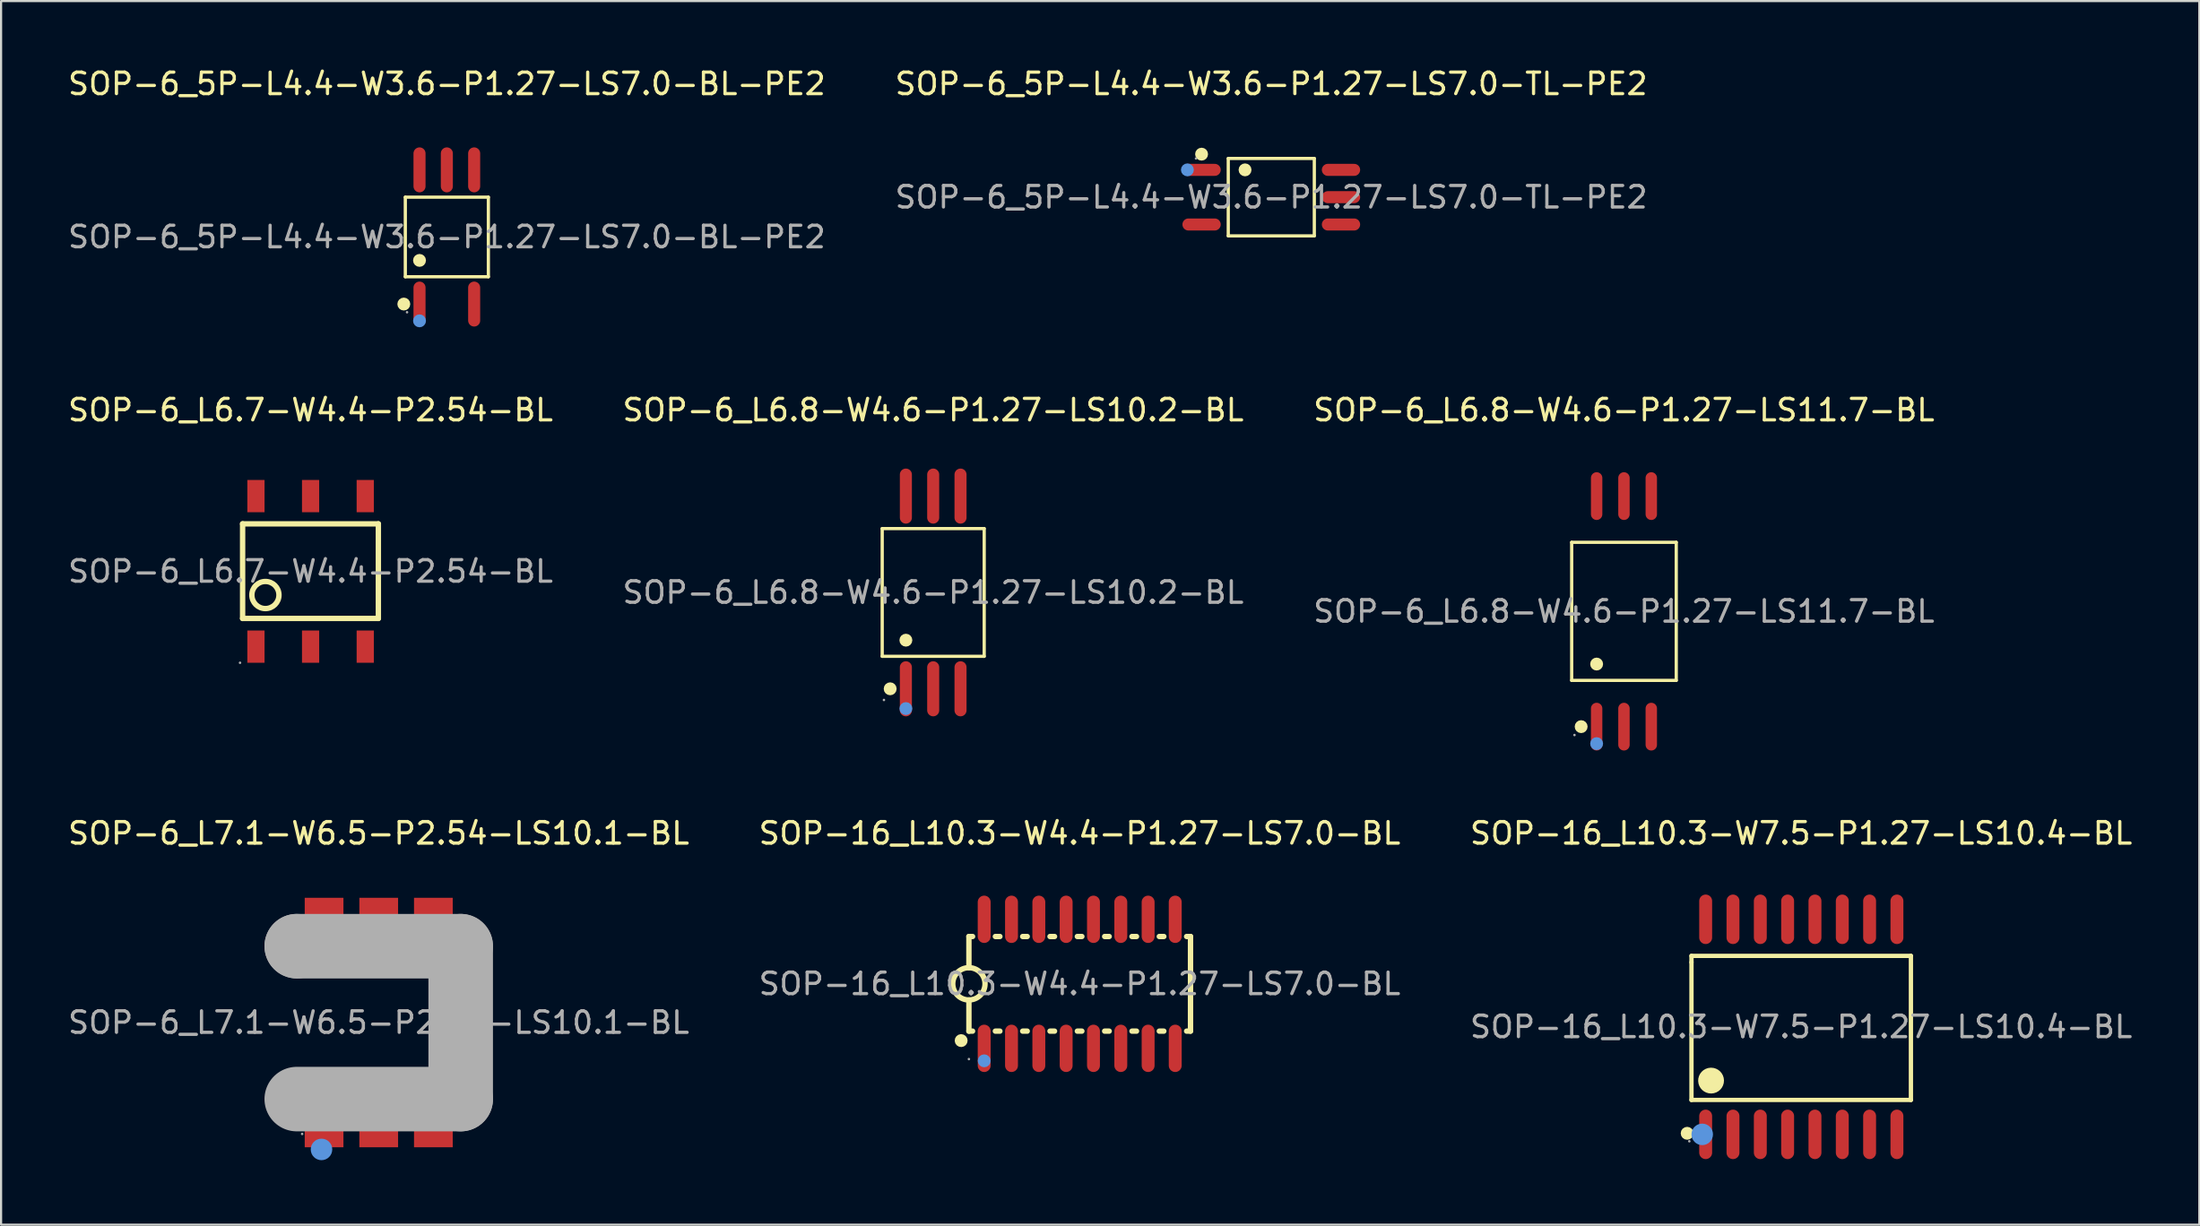
<source format=kicad_pcb>
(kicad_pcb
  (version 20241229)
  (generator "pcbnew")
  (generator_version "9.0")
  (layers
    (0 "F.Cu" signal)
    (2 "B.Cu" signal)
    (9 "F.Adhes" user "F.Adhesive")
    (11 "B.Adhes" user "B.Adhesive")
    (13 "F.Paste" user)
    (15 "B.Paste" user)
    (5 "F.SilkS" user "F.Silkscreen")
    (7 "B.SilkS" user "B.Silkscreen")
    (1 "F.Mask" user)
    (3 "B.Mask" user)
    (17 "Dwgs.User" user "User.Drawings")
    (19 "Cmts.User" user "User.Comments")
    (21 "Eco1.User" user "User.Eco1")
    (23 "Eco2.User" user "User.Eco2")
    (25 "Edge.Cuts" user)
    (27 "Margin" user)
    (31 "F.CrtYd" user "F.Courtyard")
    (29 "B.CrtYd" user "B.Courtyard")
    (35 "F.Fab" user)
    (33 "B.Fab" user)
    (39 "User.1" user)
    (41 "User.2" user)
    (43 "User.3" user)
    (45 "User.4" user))
  (footprint "SOP-6_L6.8-W4.6-P1.27-LS10.2-BL"
    (layer "F.Cu")
    (at 40.327 24.497)
    (property "Reference" "SOP-6_L6.8-W4.6-P1.27-LS10.2-BL" (at 0 -8.48 0) (layer "F.SilkS") (effects (font (size 1 1) (thickness 0.15))))
    (attr through_hole)
    (fp_line (start -2.37 -2.97) (end 2.37 -2.97) (stroke (width 0.15) (type solid)) (layer "F.SilkS"))
    (fp_line (start -2.37 2.97) (end -2.37 -2.97) (stroke (width 0.15) (type solid)) (layer "F.SilkS"))
    (fp_line (start 2.37 -2.97) (end 2.37 2.97) (stroke (width 0.15) (type solid)) (layer "F.SilkS"))
    (fp_line (start 2.37 2.97) (end -2.37 2.97) (stroke (width 0.15) (type solid)) (layer "F.SilkS"))
    (fp_circle (center -2 4.48) (end -1.85 4.48) (stroke (width 0.3) (type solid)) (fill no) (layer "F.SilkS"))
    (fp_circle (center -1.27 2.22) (end -1.12 2.22) (stroke (width 0.3) (type solid)) (fill no) (layer "F.SilkS"))
    (fp_circle (center -1.27 5.4) (end -1.12 5.4) (stroke (width 0.3) (type solid)) (fill no) (layer "Cmts.User"))
    (fp_circle (center -2.29 5) (end -2.26 5) (stroke (width 0.06) (type solid)) (fill no) (layer "F.Fab"))
    (fp_text user "${REFERENCE}" (at 0 0 0) (layer "F.Fab") (effects (font (size 1 1) (thickness 0.15))))
    (pad "1" smd oval (at -1.27 4.48) (size 0.56 2.56) (layers "F.Cu" "F.Mask" "F.Paste"))
    (pad "2" smd oval (at 0 4.48) (size 0.56 2.56) (layers "F.Cu" "F.Mask" "F.Paste"))
    (pad "3" smd oval (at 1.27 4.48) (size 0.56 2.56) (layers "F.Cu" "F.Mask" "F.Paste"))
    (pad "4" smd oval (at 1.27 -4.48) (size 0.56 2.56) (layers "F.Cu" "F.Mask" "F.Paste"))
    (pad "5" smd oval (at 0 -4.48) (size 0.56 2.56) (layers "F.Cu" "F.Mask" "F.Paste"))
    (pad "6" smd oval (at -1.27 -4.48) (size 0.56 2.56) (layers "F.Cu" "F.Mask" "F.Paste")))
  (footprint "SOP-6_5P-L4.4-W3.6-P1.27-LS7.0-BL-PE2"
    (layer "F.Cu")
    (at 17.72 7.968)
    (property "Reference" "SOP-6_5P-L4.4-W3.6-P1.27-LS7.0-BL-PE2" (at 0 -7.12 0) (layer "F.SilkS") (effects (font (size 1 1) (thickness 0.15))))
    (attr through_hole)
    (fp_line (start -1.93 -1.85) (end 1.93 -1.85) (stroke (width 0.15) (type solid)) (layer "F.SilkS"))
    (fp_line (start -1.93 1.85) (end -1.93 -1.85) (stroke (width 0.15) (type solid)) (layer "F.SilkS"))
    (fp_line (start 1.93 -1.85) (end 1.93 1.85) (stroke (width 0.15) (type solid)) (layer "F.SilkS"))
    (fp_line (start 1.93 1.85) (end -1.93 1.85) (stroke (width 0.15) (type solid)) (layer "F.SilkS"))
    (fp_circle (center -2 3.12) (end -1.85 3.12) (stroke (width 0.3) (type solid)) (fill no) (layer "F.SilkS"))
    (fp_circle (center -1.27 1.09) (end -1.12 1.09) (stroke (width 0.3) (type solid)) (fill no) (layer "F.SilkS"))
    (fp_circle (center -1.27 3.9) (end -1.12 3.9) (stroke (width 0.3) (type solid)) (fill no) (layer "Cmts.User"))
    (fp_circle (center -1.85 3.5) (end -1.82 3.5) (stroke (width 0.06) (type solid)) (fill no) (layer "F.Fab"))
    (fp_text user "${REFERENCE}" (at 0 0 0) (layer "F.Fab") (effects (font (size 1 1) (thickness 0.15))))
    (pad "1" smd oval (at -1.27 3.12) (size 0.56 2.09) (layers "F.Cu" "F.Mask" "F.Paste"))
    (pad "3" smd oval (at 1.27 3.12) (size 0.56 2.09) (layers "F.Cu" "F.Mask" "F.Paste"))
    (pad "4" smd oval (at 1.27 -3.12) (size 0.56 2.09) (layers "F.Cu" "F.Mask" "F.Paste"))
    (pad "5" smd oval (at 0 -3.12) (size 0.56 2.09) (layers "F.Cu" "F.Mask" "F.Paste"))
    (pad "6" smd oval (at -1.27 -3.12) (size 0.56 2.09) (layers "F.Cu" "F.Mask" "F.Paste")))
  (footprint "SOP-6_L7.1-W6.5-P2.54-LS10.1-BL"
    (layer "F.Cu")
    (at 14.554 44.495)
    (property "Reference" "SOP-6_L7.1-W6.5-P2.54-LS10.1-BL" (at 0 -8.8 0) (layer "F.SilkS") (effects (font (size 1 1) (thickness 0.15))))
    (attr through_hole)
    (fp_circle (center -2.92 2.8) (end -2.46 2.8) (stroke (width 0.25) (type solid)) (fill no) (layer "F.SilkS"))
    (fp_circle (center -2.66 5.9) (end -2.41 5.9) (stroke (width 0.5) (type solid)) (fill no) (layer "Cmts.User"))
    (fp_line (start -3.81 -3.55) (end -3.81 -3.55) (stroke (width 3) (type solid)) (layer "F.Fab"))
    (fp_line (start -3.81 -3.55) (end 3.81 -3.55) (stroke (width 3) (type solid)) (layer "F.Fab"))
    (fp_line (start 3.81 -3.55) (end 3.81 3.56) (stroke (width 3) (type solid)) (layer "F.Fab"))
    (fp_line (start 3.81 3.56) (end -3.81 3.56) (stroke (width 3) (type solid)) (layer "F.Fab"))
    (fp_circle (center -3.56 5.18) (end -3.53 5.18) (stroke (width 0.06) (type solid)) (fill no) (layer "F.Fab"))
    (fp_text user "${REFERENCE}" (at 0 0 0) (layer "F.Fab") (effects (font (size 1 1) (thickness 0.15))))
    (pad "1" smd rect (at -2.54 4.8 90) (size 2 1.8) (layers "F.Cu" "F.Mask" "F.Paste"))
    (pad "2" smd rect (at 0 4.8 90) (size 2 1.8) (layers "F.Cu" "F.Mask" "F.Paste"))
    (pad "3" smd rect (at 2.54 4.8 90) (size 2 1.8) (layers "F.Cu" "F.Mask" "F.Paste"))
    (pad "4" smd rect (at 2.54 -4.8 90) (size 2 1.8) (layers "F.Cu" "F.Mask" "F.Paste"))
    (pad "5" smd rect (at 0 -4.8 90) (size 2 1.8) (layers "F.Cu" "F.Mask" "F.Paste"))
    (pad "6" smd rect (at -2.54 -4.8 90) (size 2 1.8) (layers "F.Cu" "F.Mask" "F.Paste")))
  (footprint "SOP-6_5P-L4.4-W3.6-P1.27-LS7.0-TL-PE2"
    (layer "F.Cu")
    (at 56.042 6.118)
    (property "Reference" "SOP-6_5P-L4.4-W3.6-P1.27-LS7.0-TL-PE2" (at 0 -5.27 0) (layer "F.SilkS") (effects (font (size 1 1) (thickness 0.15))))
    (attr through_hole)
    (fp_line (start -2 -1.8) (end 2 -1.8) (stroke (width 0.15) (type solid)) (layer "F.SilkS"))
    (fp_line (start -2 1.8) (end -2 -1.8) (stroke (width 0.15) (type solid)) (layer "F.SilkS"))
    (fp_line (start 2 -1.8) (end 2 1.8) (stroke (width 0.15) (type solid)) (layer "F.SilkS"))
    (fp_line (start 2 1.8) (end -2 1.8) (stroke (width 0.15) (type solid)) (layer "F.SilkS"))
    (fp_circle (center -3.24 -2) (end -3.09 -2) (stroke (width 0.3) (type solid)) (fill no) (layer "F.SilkS"))
    (fp_circle (center -1.22 -1.27) (end -1.07 -1.27) (stroke (width 0.3) (type solid)) (fill no) (layer "F.SilkS"))
    (fp_circle (center -3.9 -1.27) (end -3.75 -1.27) (stroke (width 0.3) (type solid)) (fill no) (layer "Cmts.User"))
    (fp_circle (center -3.5 -1.8) (end -3.47 -1.8) (stroke (width 0.06) (type solid)) (fill no) (layer "F.Fab"))
    (fp_text user "${REFERENCE}" (at 0 0 0) (layer "F.Fab") (effects (font (size 1 1) (thickness 0.15))))
    (pad "1" smd oval (at -3.24 -1.27 270) (size 0.56 1.78) (layers "F.Cu" "F.Mask" "F.Paste"))
    (pad "3" smd oval (at -3.24 1.27 270) (size 0.56 1.78) (layers "F.Cu" "F.Mask" "F.Paste"))
    (pad "4" smd oval (at 3.24 1.27 270) (size 0.56 1.78) (layers "F.Cu" "F.Mask" "F.Paste"))
    (pad "5" smd oval (at 3.24 0 270) (size 0.56 1.78) (layers "F.Cu" "F.Mask" "F.Paste"))
    (pad "6" smd oval (at 3.24 -1.27 270) (size 0.56 1.78) (layers "F.Cu" "F.Mask" "F.Paste")))
  (footprint "SOP-16_L10.3-W4.4-P1.27-LS7.0-BL"
    (layer "F.Cu")
    (at 47.137 42.695)
    (property "Reference" "SOP-16_L10.3-W4.4-P1.27-LS7.0-BL" (at 0 -7 0) (layer "F.SilkS") (effects (font (size 1 1) (thickness 0.15))))
    (attr through_hole)
    (fp_line (start -5.15 -2.2) (end -5.15 -0.75) (stroke (width 0.25) (type solid)) (layer "F.SilkS"))
    (fp_line (start -5.15 -2.2) (end -4.98 -2.2) (stroke (width 0.25) (type solid)) (layer "F.SilkS"))
    (fp_line (start -5.15 2.2) (end -5.15 0.75) (stroke (width 0.25) (type solid)) (layer "F.SilkS"))
    (fp_line (start -5.15 2.2) (end -4.98 2.2) (stroke (width 0.25) (type solid)) (layer "F.SilkS"))
    (fp_line (start -3.92 -2.2) (end -3.71 -2.2) (stroke (width 0.25) (type solid)) (layer "F.SilkS"))
    (fp_line (start -3.92 2.2) (end -3.71 2.2) (stroke (width 0.25) (type solid)) (layer "F.SilkS"))
    (fp_line (start -2.65 -2.2) (end -2.44 -2.2) (stroke (width 0.25) (type solid)) (layer "F.SilkS"))
    (fp_line (start -2.65 2.2) (end -2.44 2.2) (stroke (width 0.25) (type solid)) (layer "F.SilkS"))
    (fp_line (start -1.38 -2.2) (end -1.17 -2.2) (stroke (width 0.25) (type solid)) (layer "F.SilkS"))
    (fp_line (start -1.38 2.2) (end -1.17 2.2) (stroke (width 0.25) (type solid)) (layer "F.SilkS"))
    (fp_line (start -0.11 -2.2) (end 0.1 -2.2) (stroke (width 0.25) (type solid)) (layer "F.SilkS"))
    (fp_line (start -0.11 2.2) (end 0.1 2.2) (stroke (width 0.25) (type solid)) (layer "F.SilkS"))
    (fp_line (start 1.16 -2.2) (end 1.37 -2.2) (stroke (width 0.25) (type solid)) (layer "F.SilkS"))
    (fp_line (start 1.16 2.2) (end 1.37 2.2) (stroke (width 0.25) (type solid)) (layer "F.SilkS"))
    (fp_line (start 2.43 -2.2) (end 2.64 -2.2) (stroke (width 0.25) (type solid)) (layer "F.SilkS"))
    (fp_line (start 2.43 2.2) (end 2.64 2.2) (stroke (width 0.25) (type solid)) (layer "F.SilkS"))
    (fp_line (start 3.7 -2.2) (end 3.91 -2.2) (stroke (width 0.25) (type solid)) (layer "F.SilkS"))
    (fp_line (start 3.7 2.2) (end 3.91 2.2) (stroke (width 0.25) (type solid)) (layer "F.SilkS"))
    (fp_line (start 4.97 -2.2) (end 5.15 -2.2) (stroke (width 0.25) (type solid)) (layer "F.SilkS"))
    (fp_line (start 4.97 2.2) (end 5.15 2.2) (stroke (width 0.25) (type solid)) (layer "F.SilkS"))
    (fp_line (start 5.15 2.2) (end 5.15 -2.2) (stroke (width 0.25) (type solid)) (layer "F.SilkS"))
    (fp_arc (start -5.51 2.49) (mid -5.505001 2.789917) (end -5.519993 2.490333) (stroke (width 0.3) (type solid)) (layer "F.SilkS"))
    (fp_arc (start -5.163089 0.749886) (mid -5.143455 -0.749972) (end -5.15 0.75) (stroke (width 0.25) (type solid)) (layer "F.SilkS"))
    (fp_circle (center -4.44 3.58) (end -4.29 3.58) (stroke (width 0.3) (type solid)) (fill no) (layer "Cmts.User"))
    (fp_circle (center -5.15 3.5) (end -5.12 3.5) (stroke (width 0.06) (type solid)) (fill no) (layer "F.Fab"))
    (fp_text user "${REFERENCE}" (at 0 0 0) (layer "F.Fab") (effects (font (size 1 1) (thickness 0.15))))
    (pad "1" smd oval (at -4.44 3 180) (size 0.6 2.2) (layers "F.Cu" "F.Mask" "F.Paste"))
    (pad "2" smd oval (at -3.17 3 180) (size 0.6 2.2) (layers "F.Cu" "F.Mask" "F.Paste"))
    (pad "3" smd oval (at -1.9 3 180) (size 0.6 2.2) (layers "F.Cu" "F.Mask" "F.Paste"))
    (pad "4" smd oval (at -0.63 3 180) (size 0.6 2.2) (layers "F.Cu" "F.Mask" "F.Paste"))
    (pad "5" smd oval (at 0.64 3 180) (size 0.6 2.2) (layers "F.Cu" "F.Mask" "F.Paste"))
    (pad "6" smd oval (at 1.91 3 180) (size 0.6 2.2) (layers "F.Cu" "F.Mask" "F.Paste"))
    (pad "7" smd oval (at 3.18 3 180) (size 0.6 2.2) (layers "F.Cu" "F.Mask" "F.Paste"))
    (pad "8" smd oval (at 4.44 3 180) (size 0.6 2.2) (layers "F.Cu" "F.Mask" "F.Paste"))
    (pad "9" smd oval (at 4.44 -3 180) (size 0.6 2.2) (layers "F.Cu" "F.Mask" "F.Paste"))
    (pad "10" smd oval (at 3.18 -3 180) (size 0.6 2.2) (layers "F.Cu" "F.Mask" "F.Paste"))
    (pad "11" smd oval (at 1.91 -3 180) (size 0.6 2.2) (layers "F.Cu" "F.Mask" "F.Paste"))
    (pad "12" smd oval (at 0.64 -3 180) (size 0.6 2.2) (layers "F.Cu" "F.Mask" "F.Paste"))
    (pad "13" smd oval (at -0.63 -3 180) (size 0.6 2.2) (layers "F.Cu" "F.Mask" "F.Paste"))
    (pad "14" smd oval (at -1.9 -3 180) (size 0.6 2.2) (layers "F.Cu" "F.Mask" "F.Paste"))
    (pad "15" smd oval (at -3.17 -3 180) (size 0.6 2.2) (layers "F.Cu" "F.Mask" "F.Paste"))
    (pad "16" smd oval (at -4.44 -3 180) (size 0.6 2.2) (layers "F.Cu" "F.Mask" "F.Paste")))
  (footprint "SOP-16_L10.3-W7.5-P1.27-LS10.4-BL"
    (layer "F.Cu")
    (at 80.673 44.695)
    (property "Reference" "SOP-16_L10.3-W7.5-P1.27-LS10.4-BL" (at 0 -9 0) (layer "F.SilkS") (effects (font (size 1 1) (thickness 0.15))))
    (attr through_hole)
    (fp_line (start -5.1 -3.3) (end -5.1 -3) (stroke (width 0.2) (type solid)) (layer "F.SilkS"))
    (fp_line (start -5.1 -3) (end -5.1 3.4) (stroke (width 0.2) (type solid)) (layer "F.SilkS"))
    (fp_line (start -5.1 3.4) (end 5.1 3.4) (stroke (width 0.2) (type solid)) (layer "F.SilkS"))
    (fp_line (start 5.1 -3.3) (end -5.1 -3.3) (stroke (width 0.2) (type solid)) (layer "F.SilkS"))
    (fp_line (start 5.1 3.4) (end 5.1 -3.3) (stroke (width 0.2) (type solid)) (layer "F.SilkS"))
    (fp_arc (start -5.3 4.95) (mid -5.3 4.95) (end -5.3 4.95) (stroke (width 0.3) (type solid)) (layer "F.SilkS"))
    (fp_arc (start -4.19 2.2) (mid -4.185 2.799958) (end -4.199999 2.200167) (stroke (width 0.6) (type solid)) (layer "F.SilkS"))
    (fp_circle (center -4.6 5) (end -4.35 5) (stroke (width 0.5) (type solid)) (fill no) (layer "Cmts.User"))
    (fp_circle (center -5.2 5.32) (end -5.17 5.32) (stroke (width 0.06) (type solid)) (fill no) (layer "F.Fab"))
    (fp_text user "${REFERENCE}" (at 0 0 0) (layer "F.Fab") (effects (font (size 1 1) (thickness 0.15))))
    (pad "1" smd oval (at -4.44 5 180) (size 0.6 2.3) (layers "F.Cu" "F.Mask" "F.Paste"))
    (pad "2" smd oval (at -3.17 5 180) (size 0.6 2.3) (layers "F.Cu" "F.Mask" "F.Paste"))
    (pad "3" smd oval (at -1.9 5 180) (size 0.6 2.3) (layers "F.Cu" "F.Mask" "F.Paste"))
    (pad "4" smd oval (at -0.63 5 180) (size 0.6 2.3) (layers "F.Cu" "F.Mask" "F.Paste"))
    (pad "5" smd oval (at 0.64 5 180) (size 0.6 2.3) (layers "F.Cu" "F.Mask" "F.Paste"))
    (pad "6" smd oval (at 1.91 5 180) (size 0.6 2.3) (layers "F.Cu" "F.Mask" "F.Paste"))
    (pad "7" smd oval (at 3.18 5 180) (size 0.6 2.3) (layers "F.Cu" "F.Mask" "F.Paste"))
    (pad "8" smd oval (at 4.45 5 180) (size 0.6 2.3) (layers "F.Cu" "F.Mask" "F.Paste"))
    (pad "9" smd oval (at 4.45 -5 180) (size 0.6 2.3) (layers "F.Cu" "F.Mask" "F.Paste"))
    (pad "10" smd oval (at 3.18 -5 180) (size 0.6 2.3) (layers "F.Cu" "F.Mask" "F.Paste"))
    (pad "11" smd oval (at 1.91 -5 180) (size 0.6 2.3) (layers "F.Cu" "F.Mask" "F.Paste"))
    (pad "12" smd oval (at 0.64 -5 180) (size 0.6 2.3) (layers "F.Cu" "F.Mask" "F.Paste"))
    (pad "13" smd oval (at -0.63 -5 180) (size 0.6 2.3) (layers "F.Cu" "F.Mask" "F.Paste"))
    (pad "14" smd oval (at -1.9 -5 180) (size 0.6 2.3) (layers "F.Cu" "F.Mask" "F.Paste"))
    (pad "15" smd oval (at -3.17 -5 180) (size 0.6 2.3) (layers "F.Cu" "F.Mask" "F.Paste"))
    (pad "16" smd oval (at -4.44 -5 180) (size 0.6 2.3) (layers "F.Cu" "F.Mask" "F.Paste")))
  (footprint "SOP-6_L6.7-W4.4-P2.54-BL"
    (layer "F.Cu")
    (at 11.387 23.517)
    (property "Reference" "SOP-6_L6.7-W4.4-P2.54-BL" (at 0 -7.5 0) (layer "F.SilkS") (effects (font (size 1 1) (thickness 0.15))))
    (attr through_hole)
    (fp_line (start -3.16 2.19) (end -3.16 -2.21) (stroke (width 0.25) (type solid)) (layer "F.SilkS"))
    (fp_line (start -3.16 2.19) (end 3.15 2.19) (stroke (width 0.25) (type solid)) (layer "F.SilkS"))
    (fp_line (start 3.15 -2.21) (end -3.16 -2.21) (stroke (width 0.25) (type solid)) (layer "F.SilkS"))
    (fp_line (start 3.15 -2.21) (end 3.15 2.19) (stroke (width 0.25) (type solid)) (layer "F.SilkS"))
    (fp_circle (center -2.1 1.1) (end -1.47 1.1) (stroke (width 0.25) (type solid)) (fill no) (layer "F.SilkS"))
    (fp_circle (center -3.28 4.25) (end -3.25 4.25) (stroke (width 0.06) (type solid)) (fill no) (layer "F.Fab"))
    (fp_text user "${REFERENCE}" (at 0 0 0) (layer "F.Fab") (effects (font (size 1 1) (thickness 0.15))))
    (pad "1" smd rect (at -2.54 3.5) (size 0.8 1.5) (layers "F.Cu" "F.Mask" "F.Paste"))
    (pad "2" smd rect (at 0 3.5) (size 0.8 1.5) (layers "F.Cu" "F.Mask" "F.Paste"))
    (pad "3" smd rect (at 2.54 3.5) (size 0.8 1.5) (layers "F.Cu" "F.Mask" "F.Paste"))
    (pad "4" smd rect (at 2.54 -3.5) (size 0.8 1.5) (layers "F.Cu" "F.Mask" "F.Paste"))
    (pad "5" smd rect (at 0 -3.5) (size 0.8 1.5) (layers "F.Cu" "F.Mask" "F.Paste"))
    (pad "6" smd rect (at -2.54 -3.5) (size 0.8 1.5) (layers "F.Cu" "F.Mask" "F.Paste")))
  (footprint "SOP-6_L6.8-W4.6-P1.27-LS11.7-BL"
    (layer "F.Cu")
    (at 72.435 25.377)
    (property "Reference" "SOP-6_L6.8-W4.6-P1.27-LS11.7-BL" (at 0 -9.36 0) (layer "F.SilkS") (effects (font (size 1 1) (thickness 0.15))))
    (attr through_hole)
    (fp_line (start -2.43 -3.21) (end 2.43 -3.21) (stroke (width 0.15) (type solid)) (layer "F.SilkS"))
    (fp_line (start -2.43 3.21) (end -2.43 -3.21) (stroke (width 0.15) (type solid)) (layer "F.SilkS"))
    (fp_line (start 2.43 -3.21) (end 2.43 3.21) (stroke (width 0.15) (type solid)) (layer "F.SilkS"))
    (fp_line (start 2.43 3.21) (end -2.43 3.21) (stroke (width 0.15) (type solid)) (layer "F.SilkS"))
    (fp_circle (center -1.99 5.36) (end -1.84 5.36) (stroke (width 0.3) (type solid)) (fill no) (layer "F.SilkS"))
    (fp_circle (center -1.27 2.45) (end -1.12 2.45) (stroke (width 0.3) (type solid)) (fill no) (layer "F.SilkS"))
    (fp_circle (center -1.27 6.15) (end -1.12 6.15) (stroke (width 0.3) (type solid)) (fill no) (layer "Cmts.User"))
    (fp_circle (center -2.3 5.75) (end -2.27 5.75) (stroke (width 0.06) (type solid)) (fill no) (layer "F.Fab"))
    (fp_text user "${REFERENCE}" (at 0 0 0) (layer "F.Fab") (effects (font (size 1 1) (thickness 0.15))))
    (pad "1" smd oval (at -1.27 5.36) (size 0.53 2.22) (layers "F.Cu" "F.Mask" "F.Paste"))
    (pad "2" smd oval (at 0 5.36) (size 0.53 2.22) (layers "F.Cu" "F.Mask" "F.Paste"))
    (pad "3" smd oval (at 1.27 5.36) (size 0.53 2.22) (layers "F.Cu" "F.Mask" "F.Paste"))
    (pad "4" smd oval (at 1.27 -5.36) (size 0.53 2.22) (layers "F.Cu" "F.Mask" "F.Paste"))
    (pad "5" smd oval (at 0 -5.36) (size 0.53 2.22) (layers "F.Cu" "F.Mask" "F.Paste"))
    (pad "6" smd oval (at -1.27 -5.36) (size 0.53 2.22) (layers "F.Cu" "F.Mask" "F.Paste")))
  (gr_rect
    (start -3 -3)
    (end 99.179 53.895)
    (stroke (width 0.1) (type default))
    (fill no)
    (layer "Edge.Cuts")))
</source>
